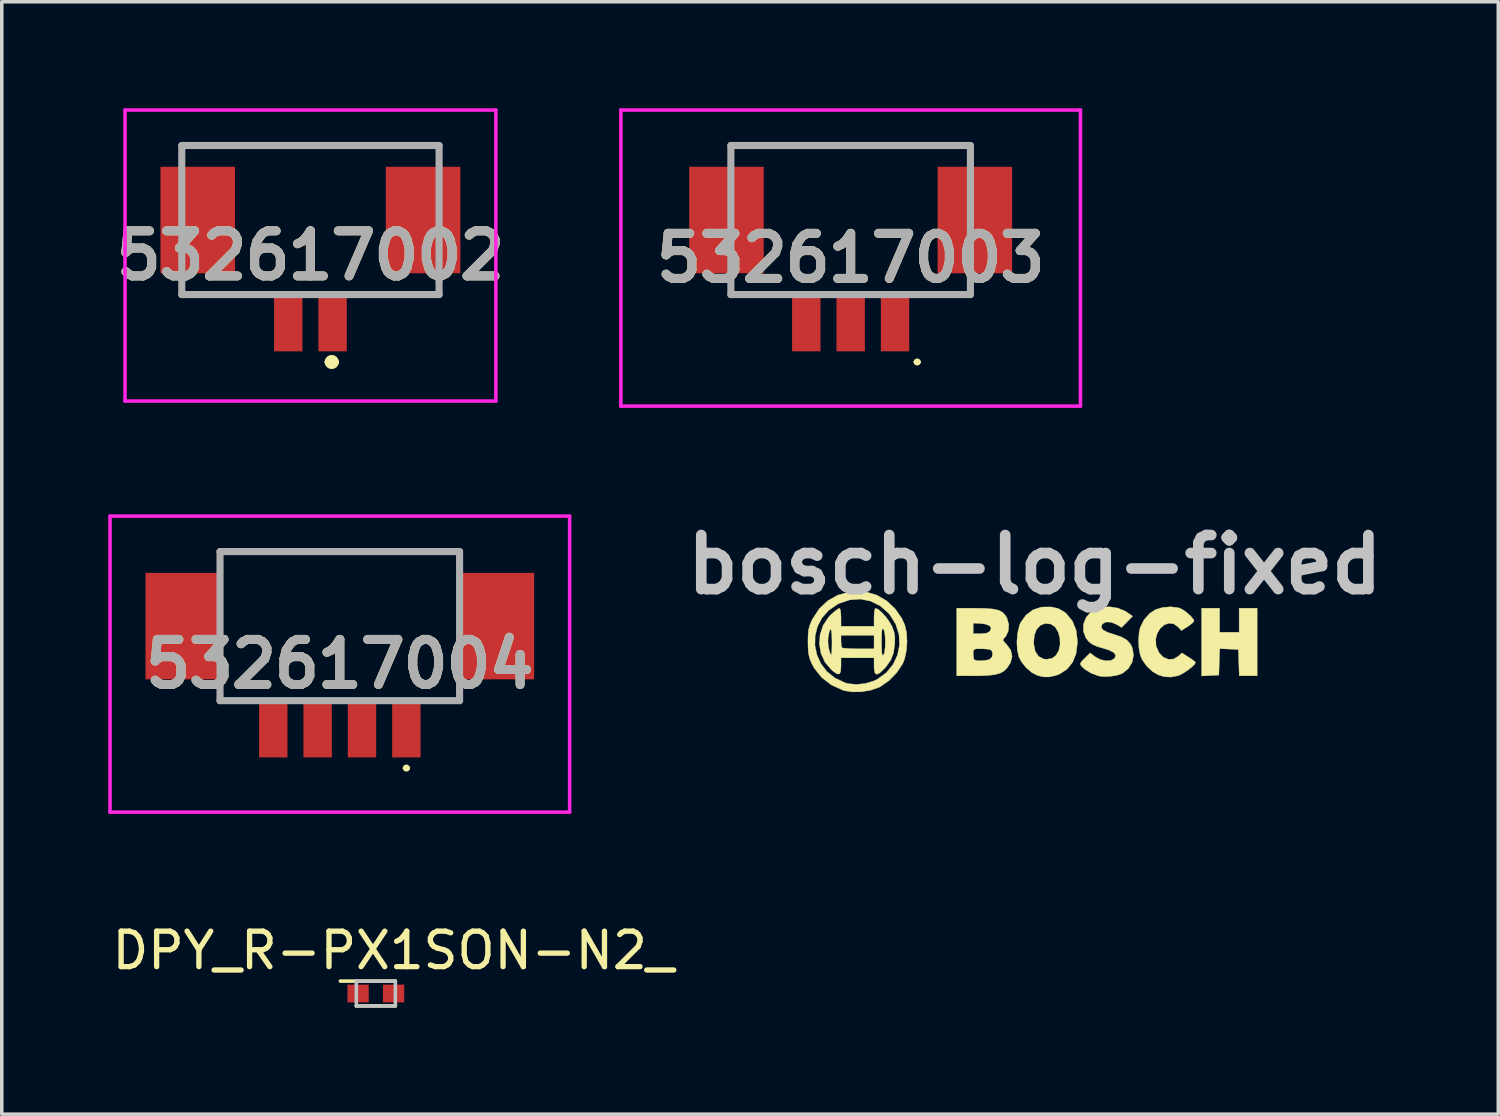
<source format=kicad_pcb>
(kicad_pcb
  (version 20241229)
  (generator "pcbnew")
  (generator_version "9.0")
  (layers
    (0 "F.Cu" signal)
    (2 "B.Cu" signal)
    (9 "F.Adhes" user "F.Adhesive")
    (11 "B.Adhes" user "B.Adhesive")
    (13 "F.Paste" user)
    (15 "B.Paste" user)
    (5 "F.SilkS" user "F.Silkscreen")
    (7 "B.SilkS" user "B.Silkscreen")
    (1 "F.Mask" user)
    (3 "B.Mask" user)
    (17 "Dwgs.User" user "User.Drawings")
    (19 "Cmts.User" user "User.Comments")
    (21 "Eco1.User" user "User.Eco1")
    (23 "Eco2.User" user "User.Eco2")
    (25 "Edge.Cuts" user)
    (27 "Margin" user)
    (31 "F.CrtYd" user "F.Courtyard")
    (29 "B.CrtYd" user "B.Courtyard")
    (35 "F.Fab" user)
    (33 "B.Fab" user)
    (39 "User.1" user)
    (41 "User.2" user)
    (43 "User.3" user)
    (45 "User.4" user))
  (footprint "DPY_R-PX1SON-N2_"
    (layer "F.Cu")
    (at 7.54 24.944)
    (property "Reference" "DPY_R-PX1SON-N2_" (at 0.49 -1.212 0) (layer "F.SilkS") (effects (font (size 1 1) (thickness 0.15))))
    (attr smd)
    (fp_line (start -1 -0.35) (end 0.55 -0.35) (stroke (width 0.1) (type solid)) (layer "F.SilkS"))
    (fp_line (start -0.55 0.35) (end 0.55 0.35) (stroke (width 0.1) (type solid)) (layer "F.SilkS"))
    (fp_line (start -0.55 -0.35) (end 0.55 -0.35) (stroke (width 0.1) (type solid)) (layer "Dwgs.User"))
    (fp_line (start -0.55 0.35) (end -0.55 -0.35) (stroke (width 0.1) (type solid)) (layer "Dwgs.User"))
    (fp_line (start 0.55 -0.35) (end 0.55 0.35) (stroke (width 0.1) (type solid)) (layer "Dwgs.User"))
    (fp_line (start 0.55 0.35) (end -0.55 0.35) (stroke (width 0.1) (type solid)) (layer "Dwgs.User"))
    (pad "1" smd rect (at -0.5 0 90) (size 0.5 0.6) (layers "F.Cu" "F.Mask" "F.Paste"))
    (pad "2" smd rect (at 0.5 0 90) (size 0.5 0.6) (layers "F.Cu" "F.Mask" "F.Paste")))
  (footprint "532617002"
    (layer "F.Cu")
    (at 4.697 2.65)
    (property "Reference" "532617002" (at 1 1.5 180) (layer "F.SilkS") (effects (font (size 1.27 1.27) (thickness 0.254))))
    (attr smd)
    (fp_line (start -2.625 -1.6) (end -2.625 -1.4) (stroke (width 0.1) (type solid)) (layer "F.SilkS"))
    (fp_line (start -0.5 2.6) (end -2.625 2.6) (stroke (width 0.1) (type solid)) (layer "F.SilkS"))
    (fp_line (start 1.5 4.5) (end 1.5 4.5) (stroke (width 0.2) (type solid)) (layer "F.SilkS"))
    (fp_line (start 1.7 4.5) (end 1.7 4.5) (stroke (width 0.2) (type solid)) (layer "F.SilkS"))
    (fp_line (start 4.625 -1.6) (end -2.625 -1.6) (stroke (width 0.1) (type solid)) (layer "F.SilkS"))
    (fp_line (start 4.625 -1.4) (end 4.625 -1.6) (stroke (width 0.1) (type solid)) (layer "F.SilkS"))
    (fp_line (start 4.625 2.6) (end 2.5 2.6) (stroke (width 0.1) (type solid)) (layer "F.SilkS"))
    (fp_arc (start 1.5 4.5) (mid 1.6 4.4) (end 1.7 4.5) (stroke (width 0.2) (type solid)) (layer "F.SilkS"))
    (fp_arc (start 1.7 4.5) (mid 1.6 4.6) (end 1.5 4.5) (stroke (width 0.2) (type solid)) (layer "F.SilkS"))
    (fp_line (start -4.225 -2.6) (end 6.225 -2.6) (stroke (width 0.1) (type solid)) (layer "F.CrtYd"))
    (fp_line (start -4.225 5.6) (end -4.225 -2.6) (stroke (width 0.1) (type solid)) (layer "F.CrtYd"))
    (fp_line (start 6.225 -2.6) (end 6.225 5.6) (stroke (width 0.1) (type solid)) (layer "F.CrtYd"))
    (fp_line (start 6.225 5.6) (end -4.225 5.6) (stroke (width 0.1) (type solid)) (layer "F.CrtYd"))
    (fp_line (start -2.625 -1.6) (end 4.625 -1.6) (stroke (width 0.2) (type solid)) (layer "F.Fab"))
    (fp_line (start -2.625 2.6) (end -2.625 -1.6) (stroke (width 0.2) (type solid)) (layer "F.Fab"))
    (fp_line (start 4.625 -1.6) (end 4.625 2.6) (stroke (width 0.2) (type solid)) (layer "F.Fab"))
    (fp_line (start 4.625 2.6) (end -2.625 2.6) (stroke (width 0.2) (type solid)) (layer "F.Fab"))
    (fp_text user "${REFERENCE}" (at 1 1.5 180) (layer "F.Fab") (effects (font (size 1.27 1.27) (thickness 0.254))))
    (pad "1" smd rect (at 1.625 3.4 180) (size 0.8 1.6) (layers "F.Cu" "F.Mask" "F.Paste"))
    (pad "2" smd rect (at 0.375 3.4 180) (size 0.8 1.6) (layers "F.Cu" "F.Mask" "F.Paste"))
    (pad "3" smd rect (at 4.175 0.5 180) (size 2.1 3) (layers "F.Cu" "F.Mask" "F.Paste"))
    (pad "4" smd rect (at -2.175 0.5 180) (size 2.1 3) (layers "F.Cu" "F.Mask" "F.Paste")))
  (footprint "bosch-log-fixed"
    (layer "F.Cu")
    (at 25.981 15.019)
    (property "Reference" "bosch-log-fixed" (at 0.127 -2.159 0) (layer "Dwgs.User") (effects (font (size 1.524 1.524) (thickness 0.3))))
    (attr through_hole)
    (fp_poly (pts (xy 5.334 -0.254) (xy 5.884 -0.254) (xy 5.884 -0.931) (xy 6.392 -0.931) (xy 6.392 0.974) (xy 5.888 0.974) (xy 5.875 0.603) (xy 5.863 0.233) (xy 5.6 0.22) (xy 5.337 0.208) (xy 5.325 0.58) (xy 5.313 0.953) (xy 5.069 0.965) (xy 4.826 0.978) (xy 4.826 -0.931) (xy 5.334 -0.931) (xy 5.334 -0.254)) (stroke (width 0.01) (type solid)) (fill yes) (layer "F.SilkS"))
    (fp_poly (pts (xy 0.791 -0.922) (xy 0.966 -0.82) (xy 1.016 -0.778) (xy 1.189 -0.566) (xy 1.293 -0.305) (xy 1.329 0.006) (xy 1.328 0.042) (xy 1.29 0.344) (xy 1.19 0.596) (xy 1.03 0.792) (xy 0.816 0.928) (xy 0.699 0.969) (xy 0.528 1.005) (xy 0.382 1.004) (xy 0.212 0.967) (xy 0.049 0.886) (xy -0.113 0.749) (xy -0.249 0.579) (xy -0.322 0.439) (xy -0.367 0.243) (xy -0.376 0.053) (xy 0.095 0.053) (xy 0.096 0.074) (xy 0.139 0.284) (xy 0.231 0.425) (xy 0.371 0.498) (xy 0.466 0.508) (xy 0.618 0.479) (xy 0.719 0.402) (xy 0.803 0.263) (xy 0.839 0.089) (xy 0.832 -0.095) (xy 0.783 -0.267) (xy 0.698 -0.404) (xy 0.582 -0.484) (xy 0.421 -0.503) (xy 0.283 -0.449) (xy 0.176 -0.331) (xy 0.111 -0.16) (xy 0.095 0.053) (xy -0.376 0.053) (xy -0.378 0.007) (xy -0.357 -0.234) (xy -0.306 -0.446) (xy -0.272 -0.527) (xy -0.121 -0.738) (xy 0.074 -0.885) (xy 0.3 -0.959) (xy 0.335 -0.964) (xy 0.588 -0.968) (xy 0.791 -0.922)) (stroke (width 0.01) (type solid)) (fill yes) (layer "F.SilkS"))
    (fp_poly (pts (xy 4.16 -0.947) (xy 4.22 -0.929) (xy 4.319 -0.875) (xy 4.43 -0.791) (xy 4.531 -0.697) (xy 4.598 -0.614) (xy 4.614 -0.574) (xy 4.581 -0.527) (xy 4.497 -0.457) (xy 4.436 -0.416) (xy 4.259 -0.302) (xy 4.163 -0.405) (xy 4.038 -0.492) (xy 3.906 -0.508) (xy 3.777 -0.463) (xy 3.665 -0.367) (xy 3.58 -0.233) (xy 3.535 -0.07) (xy 3.542 0.11) (xy 3.552 0.155) (xy 3.632 0.33) (xy 3.75 0.45) (xy 3.891 0.509) (xy 4.039 0.5) (xy 4.175 0.418) (xy 4.271 0.328) (xy 4.464 0.45) (xy 4.571 0.522) (xy 4.641 0.578) (xy 4.657 0.598) (xy 4.623 0.655) (xy 4.538 0.736) (xy 4.423 0.825) (xy 4.3 0.905) (xy 4.191 0.961) (xy 4.162 0.971) (xy 3.958 1.009) (xy 3.774 0.997) (xy 3.619 0.953) (xy 3.449 0.857) (xy 3.286 0.706) (xy 3.157 0.526) (xy 3.098 0.39) (xy 3.061 0.193) (xy 3.05 -0.033) (xy 3.066 -0.25) (xy 3.096 -0.385) (xy 3.208 -0.61) (xy 3.371 -0.791) (xy 3.53 -0.893) (xy 3.73 -0.952) (xy 3.953 -0.971) (xy 4.16 -0.947)) (stroke (width 0.01) (type solid)) (fill yes) (layer "F.SilkS"))
    (fp_poly (pts (xy 2.472 -0.933) (xy 2.672 -0.849) (xy 2.706 -0.828) (xy 2.882 -0.706) (xy 2.572 -0.388) (xy 2.44 -0.469) (xy 2.285 -0.535) (xy 2.144 -0.544) (xy 2.039 -0.494) (xy 2.029 -0.483) (xy 1.997 -0.399) (xy 2.046 -0.322) (xy 2.178 -0.251) (xy 2.333 -0.202) (xy 2.559 -0.126) (xy 2.716 -0.037) (xy 2.821 0.076) (xy 2.873 0.183) (xy 2.909 0.388) (xy 2.87 0.59) (xy 2.764 0.768) (xy 2.598 0.902) (xy 2.585 0.909) (xy 2.434 0.96) (xy 2.241 0.99) (xy 2.049 0.995) (xy 1.926 0.978) (xy 1.717 0.901) (xy 1.537 0.79) (xy 1.463 0.722) (xy 1.417 0.666) (xy 1.411 0.621) (xy 1.451 0.563) (xy 1.533 0.48) (xy 1.685 0.328) (xy 1.831 0.439) (xy 1.972 0.515) (xy 2.128 0.55) (xy 2.269 0.542) (xy 2.369 0.488) (xy 2.374 0.483) (xy 2.406 0.398) (xy 2.354 0.319) (xy 2.219 0.249) (xy 2.091 0.209) (xy 1.886 0.148) (xy 1.744 0.085) (xy 1.645 0.009) (xy 1.568 -0.092) (xy 1.564 -0.098) (xy 1.494 -0.288) (xy 1.498 -0.485) (xy 1.572 -0.671) (xy 1.709 -0.828) (xy 1.821 -0.902) (xy 2.014 -0.961) (xy 2.242 -0.971) (xy 2.472 -0.933)) (stroke (width 0.01) (type solid)) (fill yes) (layer "F.SilkS"))
    (fp_poly (pts (xy -1.258 -0.926) (xy -1.046 -0.908) (xy -0.892 -0.873) (xy -0.782 -0.816) (xy -0.704 -0.733) (xy -0.655 -0.647) (xy -0.607 -0.471) (xy -0.619 -0.294) (xy -0.686 -0.145) (xy -0.712 -0.116) (xy -0.76 -0.061) (xy -0.76 -0.016) (xy -0.708 0.048) (xy -0.673 0.082) (xy -0.551 0.251) (xy -0.513 0.426) (xy -0.56 0.608) (xy -0.659 0.757) (xy -0.746 0.841) (xy -0.855 0.901) (xy -0.999 0.94) (xy -1.194 0.963) (xy -1.453 0.973) (xy -1.577 0.973) (xy -2.074 0.974) (xy -2.074 0.353) (xy -1.609 0.353) (xy -1.601 0.457) (xy -1.582 0.52) (xy -1.58 0.522) (xy -1.514 0.544) (xy -1.4 0.55) (xy -1.273 0.54) (xy -1.166 0.517) (xy -1.14 0.507) (xy -1.078 0.438) (xy -1.061 0.344) (xy -1.089 0.263) (xy -1.125 0.237) (xy -1.206 0.222) (xy -1.333 0.213) (xy -1.4 0.212) (xy -1.524 0.214) (xy -1.586 0.232) (xy -1.606 0.279) (xy -1.609 0.353) (xy -2.074 0.353) (xy -2.074 -0.212) (xy -1.609 -0.212) (xy -1.402 -0.212) (xy -1.233 -0.229) (xy -1.14 -0.279) (xy -1.104 -0.365) (xy -1.145 -0.435) (xy -1.258 -0.482) (xy -1.391 -0.5) (xy -1.609 -0.512) (xy -1.609 -0.212) (xy -2.074 -0.212) (xy -2.074 -0.931) (xy -1.541 -0.931) (xy -1.258 -0.926)) (stroke (width 0.01) (type solid)) (fill yes) (layer "F.SilkS"))
    (fp_poly (pts (xy -4.625 -1.389) (xy -4.327 -1.301) (xy -4.051 -1.141) (xy -3.813 -0.92) (xy -3.623 -0.649) (xy -3.535 -0.456) (xy -3.487 -0.246) (xy -3.473 0.005) (xy -3.492 0.265) (xy -3.543 0.5) (xy -3.594 0.629) (xy -3.763 0.884) (xy -3.983 1.11) (xy -4.228 1.279) (xy -4.262 1.297) (xy -4.494 1.378) (xy -4.759 1.423) (xy -5.024 1.427) (xy -5.255 1.388) (xy -5.271 1.383) (xy -5.601 1.233) (xy -5.875 1.024) (xy -6.087 0.758) (xy -6.165 0.614) (xy -6.217 0.486) (xy -6.247 0.356) (xy -6.262 0.195) (xy -6.263 0.118) (xy -6.068 0.118) (xy -6.013 0.383) (xy -5.901 0.631) (xy -5.732 0.852) (xy -5.509 1.033) (xy -5.232 1.164) (xy -5.144 1.191) (xy -4.908 1.217) (xy -4.648 1.19) (xy -4.399 1.114) (xy -4.307 1.069) (xy -4.054 0.882) (xy -3.864 0.65) (xy -3.741 0.386) (xy -3.685 0.103) (xy -3.7 -0.188) (xy -3.788 -0.472) (xy -3.95 -0.738) (xy -3.991 -0.787) (xy -4.228 -0.997) (xy -4.497 -1.131) (xy -4.787 -1.189) (xy -5.087 -1.167) (xy -5.388 -1.065) (xy -5.425 -1.047) (xy -5.68 -0.873) (xy -5.871 -0.658) (xy -5.998 -0.414) (xy -6.063 -0.151) (xy -6.068 0.118) (xy -6.263 0.118) (xy -6.265 0.017) (xy -6.262 -0.179) (xy -6.249 -0.32) (xy -6.219 -0.438) (xy -6.168 -0.562) (xy -6.137 -0.625) (xy -5.948 -0.915) (xy -5.706 -1.142) (xy -5.42 -1.302) (xy -5.1 -1.391) (xy -4.754 -1.404) (xy -4.625 -1.389)) (stroke (width 0.01) (type solid)) (fill yes) (layer "F.SilkS"))
    (fp_poly (pts (xy -4.285 -0.898) (xy -4.183 -0.811) (xy -4.074 -0.69) (xy -3.973 -0.554) (xy -3.899 -0.423) (xy -3.895 -0.414) (xy -3.838 -0.258) (xy -3.815 -0.11) (xy -3.819 0.075) (xy -3.82 0.083) (xy -3.855 0.329) (xy -3.931 0.528) (xy -4.061 0.713) (xy -4.121 0.779) (xy -4.242 0.893) (xy -4.326 0.932) (xy -4.377 0.896) (xy -4.4 0.782) (xy -4.403 0.699) (xy -4.403 0.466) (xy -5.334 0.466) (xy -5.334 0.699) (xy -5.343 0.848) (xy -5.377 0.921) (xy -5.444 0.92) (xy -5.551 0.848) (xy -5.605 0.802) (xy -5.784 0.592) (xy -5.897 0.346) (xy -5.943 0.079) (xy -5.939 0.015) (xy -5.701 0.015) (xy -5.689 0.147) (xy -5.664 0.269) (xy -5.633 0.356) (xy -5.606 0.381) (xy -5.598 0.342) (xy -5.592 0.237) (xy -5.589 0.084) (xy -5.589 -0.011) (xy -5.593 -0.169) (xy -5.334 -0.169) (xy -5.334 -0.007) (xy -5.327 0.105) (xy -5.311 0.176) (xy -5.306 0.183) (xy -5.254 0.195) (xy -5.137 0.205) (xy -4.973 0.21) (xy -4.84 0.212) (xy -4.403 0.212) (xy -4.403 0.021) (xy -4.191 0.021) (xy -4.189 0.214) (xy -4.182 0.333) (xy -4.168 0.39) (xy -4.147 0.395) (xy -4.138 0.387) (xy -4.108 0.312) (xy -4.09 0.167) (xy -4.085 0.021) (xy -4.093 -0.166) (xy -4.114 -0.295) (xy -4.138 -0.345) (xy -4.163 -0.354) (xy -4.179 -0.315) (xy -4.187 -0.216) (xy -4.191 -0.047) (xy -4.191 0.021) (xy -4.403 0.021) (xy -4.403 -0.169) (xy -5.334 -0.169) (xy -5.593 -0.169) (xy -5.594 -0.199) (xy -5.609 -0.31) (xy -5.63 -0.342) (xy -5.657 -0.293) (xy -5.687 -0.162) (xy -5.697 -0.098) (xy -5.701 0.015) (xy -5.939 0.015) (xy -5.923 -0.192) (xy -5.835 -0.452) (xy -5.681 -0.684) (xy -5.608 -0.759) (xy -5.501 -0.851) (xy -5.416 -0.913) (xy -5.377 -0.931) (xy -5.354 -0.892) (xy -5.338 -0.79) (xy -5.334 -0.677) (xy -5.334 -0.423) (xy -4.403 -0.423) (xy -4.403 -0.677) (xy -4.396 -0.812) (xy -4.38 -0.904) (xy -4.36 -0.931) (xy -4.285 -0.898)) (stroke (width 0.01) (type solid)) (fill yes) (layer "F.SilkS")))
  (footprint "532617003"
    (layer "F.Cu")
    (at 20.919 3.15)
    (property "Reference" "532617003" (at 0 1.071 180) (layer "F.SilkS") (effects (font (size 1.27 1.27) (thickness 0.254))))
    (attr smd)
    (fp_line (start 1.825 4) (end 1.825 4) (stroke (width 0.1) (type solid)) (layer "F.SilkS"))
    (fp_line (start 1.925 4) (end 1.925 4) (stroke (width 0.1) (type solid)) (layer "F.SilkS"))
    (fp_line (start 3.375 -2.1) (end -3.375 -2.1) (stroke (width 0.1) (type solid)) (layer "F.SilkS"))
    (fp_arc (start 1.825 4) (mid 1.875 3.95) (end 1.925 4) (stroke (width 0.1) (type solid)) (layer "F.SilkS"))
    (fp_arc (start 1.925 4) (mid 1.875 4.05) (end 1.825 4) (stroke (width 0.1) (type solid)) (layer "F.SilkS"))
    (fp_line (start -6.475 -3.1) (end 6.475 -3.1) (stroke (width 0.1) (type solid)) (layer "F.CrtYd"))
    (fp_line (start -6.475 5.242) (end -6.475 -3.1) (stroke (width 0.1) (type solid)) (layer "F.CrtYd"))
    (fp_line (start 6.475 -3.1) (end 6.475 5.242) (stroke (width 0.1) (type solid)) (layer "F.CrtYd"))
    (fp_line (start 6.475 5.242) (end -6.475 5.242) (stroke (width 0.1) (type solid)) (layer "F.CrtYd"))
    (fp_line (start -3.375 -2.1) (end 3.375 -2.1) (stroke (width 0.2) (type solid)) (layer "F.Fab"))
    (fp_line (start -3.375 2.1) (end -3.375 -2.1) (stroke (width 0.2) (type solid)) (layer "F.Fab"))
    (fp_line (start 3.375 -2.1) (end 3.375 2.1) (stroke (width 0.2) (type solid)) (layer "F.Fab"))
    (fp_line (start 3.375 2.1) (end -3.375 2.1) (stroke (width 0.2) (type solid)) (layer "F.Fab"))
    (fp_text user "${REFERENCE}" (at 0 1.071 180) (layer "F.Fab") (effects (font (size 1.27 1.27) (thickness 0.254))))
    (pad "1" smd rect (at 1.25 2.9 180) (size 0.8 1.6) (layers "F.Cu" "F.Mask" "F.Paste"))
    (pad "2" smd rect (at 0 2.9 180) (size 0.8 1.6) (layers "F.Cu" "F.Mask" "F.Paste"))
    (pad "3" smd rect (at -1.25 2.9 180) (size 0.8 1.6) (layers "F.Cu" "F.Mask" "F.Paste"))
    (pad "MP1" smd rect (at -3.5 0 180) (size 2.1 3) (layers "F.Cu" "F.Mask" "F.Paste"))
    (pad "MP2" smd rect (at 3.5 0 180) (size 2.1 3) (layers "F.Cu" "F.Mask" "F.Paste")))
  (footprint "532617004"
    (layer "F.Cu")
    (at 6.525 14.592)
    (property "Reference" "532617004" (at 0 1.071 180) (layer "F.SilkS") (effects (font (size 1.27 1.27) (thickness 0.254))))
    (attr smd)
    (fp_line (start 1.825 4) (end 1.825 4) (stroke (width 0.1) (type solid)) (layer "F.SilkS"))
    (fp_line (start 1.925 4) (end 1.925 4) (stroke (width 0.1) (type solid)) (layer "F.SilkS"))
    (fp_line (start 3.375 -2.1) (end -3.375 -2.1) (stroke (width 0.1) (type solid)) (layer "F.SilkS"))
    (fp_arc (start 1.825 4) (mid 1.875 3.95) (end 1.925 4) (stroke (width 0.1) (type solid)) (layer "F.SilkS"))
    (fp_arc (start 1.925 4) (mid 1.875 4.05) (end 1.825 4) (stroke (width 0.1) (type solid)) (layer "F.SilkS"))
    (fp_line (start -6.475 -3.1) (end 6.475 -3.1) (stroke (width 0.1) (type solid)) (layer "F.CrtYd"))
    (fp_line (start -6.475 5.242) (end -6.475 -3.1) (stroke (width 0.1) (type solid)) (layer "F.CrtYd"))
    (fp_line (start 6.475 -3.1) (end 6.475 5.242) (stroke (width 0.1) (type solid)) (layer "F.CrtYd"))
    (fp_line (start 6.475 5.242) (end -6.475 5.242) (stroke (width 0.1) (type solid)) (layer "F.CrtYd"))
    (fp_line (start -3.375 -2.1) (end 3.375 -2.1) (stroke (width 0.2) (type solid)) (layer "F.Fab"))
    (fp_line (start -3.375 2.1) (end -3.375 -2.1) (stroke (width 0.2) (type solid)) (layer "F.Fab"))
    (fp_line (start 3.375 -2.1) (end 3.375 2.1) (stroke (width 0.2) (type solid)) (layer "F.Fab"))
    (fp_line (start 3.375 2.1) (end -3.375 2.1) (stroke (width 0.2) (type solid)) (layer "F.Fab"))
    (fp_text user "${REFERENCE}" (at 0 1.071 180) (layer "F.Fab") (effects (font (size 1.27 1.27) (thickness 0.254))))
    (pad "1" smd rect (at 1.875 2.9 180) (size 0.8 1.6) (layers "F.Cu" "F.Mask" "F.Paste"))
    (pad "2" smd rect (at 0.625 2.9 180) (size 0.8 1.6) (layers "F.Cu" "F.Mask" "F.Paste"))
    (pad "3" smd rect (at -0.625 2.9 180) (size 0.8 1.6) (layers "F.Cu" "F.Mask" "F.Paste"))
    (pad "4" smd rect (at -1.875 2.9 180) (size 0.8 1.6) (layers "F.Cu" "F.Mask" "F.Paste"))
    (pad "MP1" smd rect (at -4.425 0 180) (size 2.1 3) (layers "F.Cu" "F.Mask" "F.Paste"))
    (pad "MP2" smd rect (at 4.425 0 180) (size 2.1 3) (layers "F.Cu" "F.Mask" "F.Paste")))
  (gr_rect
    (start -3 -3)
    (end 39.167 28.344)
    (stroke (width 0.1) (type default))
    (fill no)
    (layer "Edge.Cuts")))
</source>
